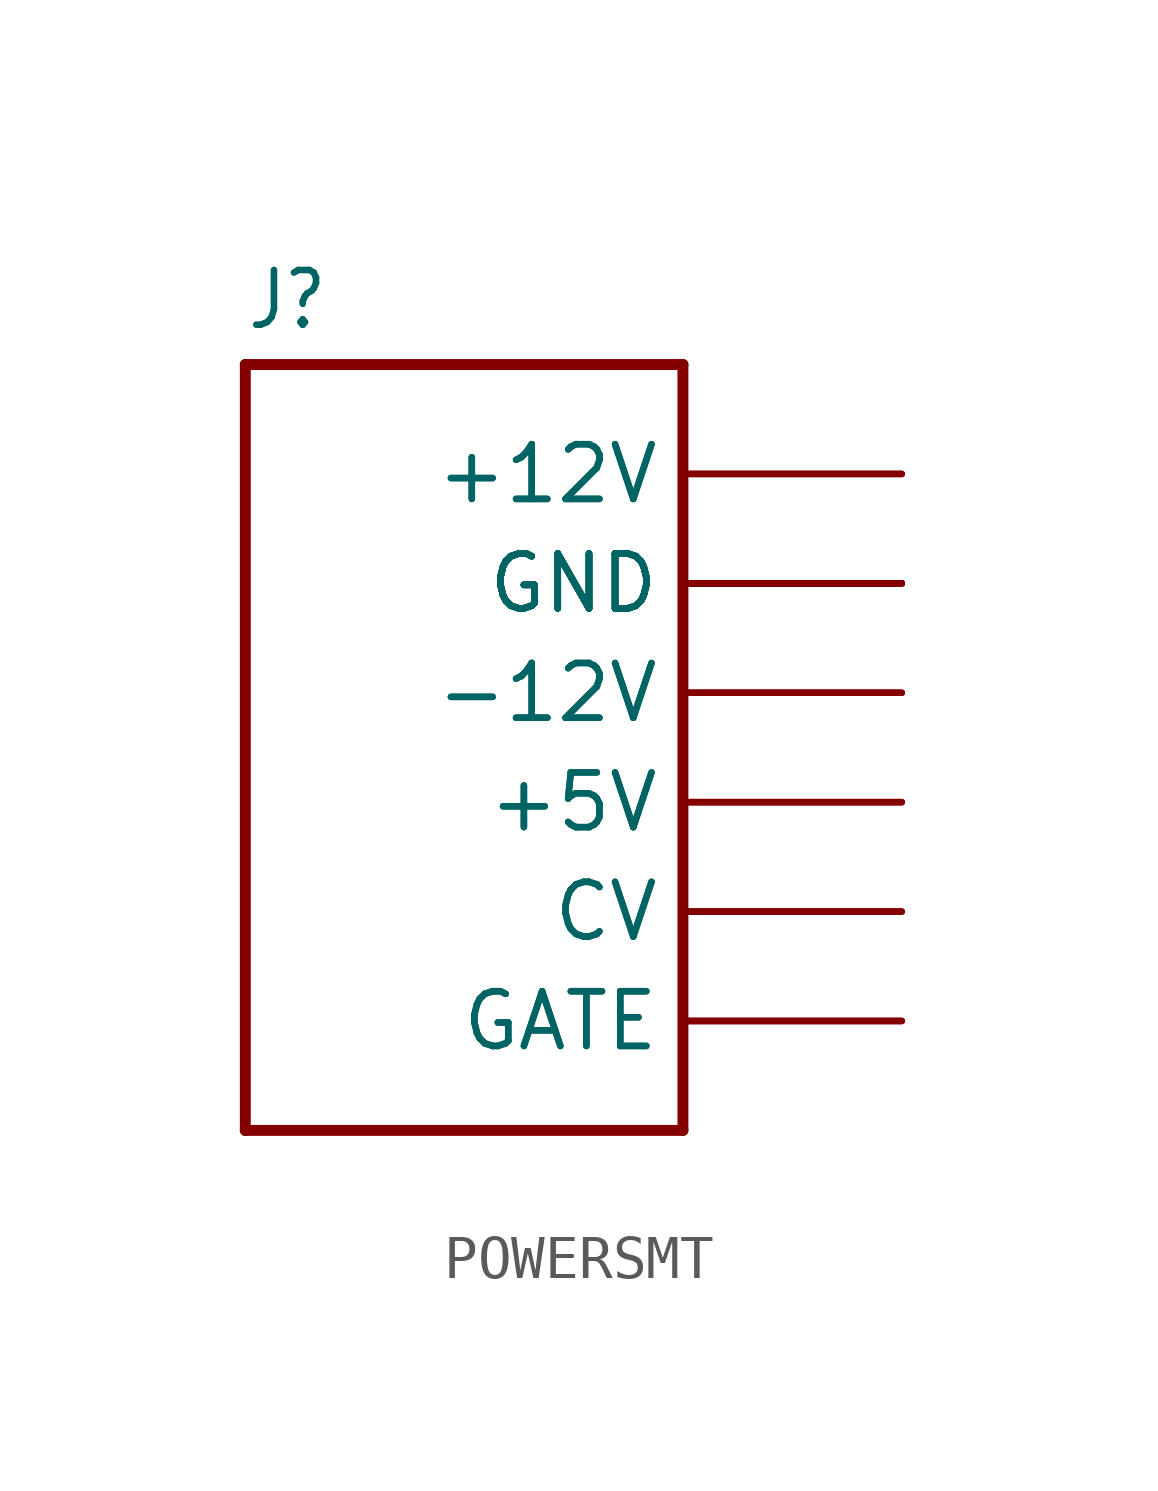
<source format=kicad_sym>
(kicad_symbol_lib
  (version 20211014)
  (generator kicad_symbol_editor)
  (symbol "POWERSMT"
    (property "Reference" "J"
      (at -5.08 8.382 0)
      (effects (font (size 1.27 1.079)) (justify left bottom)))
    (property "ki_locked" ""
      (at 0 0 0)
      (effects (font (size 1.27 1.27))))
    (symbol "POWERSMT_1_0"
      (polyline (pts (xy -5.08 -10.16) (xy 5.08 -10.16)) (stroke (width 0.254) (type default) (color 0 0 0 0)) (fill (type none)))
      (polyline (pts (xy -5.08 7.62) (xy -5.08 -10.16)) (stroke (width 0.254) (type default) (color 0 0 0 0)) (fill (type none)))
      (polyline (pts (xy 5.08 -10.16) (xy 5.08 7.62)) (stroke (width 0.254) (type default) (color 0 0 0 0)) (fill (type none)))
      (polyline (pts (xy 5.08 7.62) (xy -5.08 7.62)) (stroke (width 0.254) (type default) (color 0 0 0 0)) (fill (type none)))
      (pin bidirectional line (at 10.16 0 180) (length 5.08) (name "-12V" (effects (font (size 1.27 1.27)))) (number "1" (effects (font (size 0 0)))))
      (pin bidirectional line (at 10.16 5.08 180) (length 5.08) (name "+12V" (effects (font (size 1.27 1.27)))) (number "10" (effects (font (size 0 0)))))
      (pin bidirectional line (at 10.16 -2.54 180) (length 5.08) (name "+5V" (effects (font (size 1.27 1.27)))) (number "11" (effects (font (size 0 0)))))
      (pin bidirectional line (at 10.16 -2.54 180) (length 5.08) (name "+5V" (effects (font (size 1.27 1.27)))) (number "12" (effects (font (size 0 0)))))
      (pin bidirectional line (at 10.16 -5.08 180) (length 5.08) (name "CV" (effects (font (size 1.27 1.27)))) (number "13" (effects (font (size 0 0)))))
      (pin bidirectional line (at 10.16 -5.08 180) (length 5.08) (name "CV" (effects (font (size 1.27 1.27)))) (number "14" (effects (font (size 0 0)))))
      (pin bidirectional line (at 10.16 -7.62 180) (length 5.08) (name "GATE" (effects (font (size 1.27 1.27)))) (number "15" (effects (font (size 0 0)))))
      (pin bidirectional line (at 10.16 -7.62 180) (length 5.08) (name "GATE" (effects (font (size 1.27 1.27)))) (number "16" (effects (font (size 0 0)))))
      (pin bidirectional line (at 10.16 0 180) (length 5.08) (name "-12V" (effects (font (size 1.27 1.27)))) (number "2" (effects (font (size 0 0)))))
      (pin bidirectional line (at 10.16 2.54 180) (length 5.08) (name "GND" (effects (font (size 1.27 1.27)))) (number "3" (effects (font (size 0 0)))))
      (pin bidirectional line (at 10.16 2.54 180) (length 5.08) (name "GND" (effects (font (size 1.27 1.27)))) (number "4" (effects (font (size 0 0)))))
      (pin bidirectional line (at 10.16 2.54 180) (length 5.08) (name "GND" (effects (font (size 1.27 1.27)))) (number "5" (effects (font (size 0 0)))))
      (pin bidirectional line (at 10.16 2.54 180) (length 5.08) (name "GND" (effects (font (size 1.27 1.27)))) (number "6" (effects (font (size 0 0)))))
      (pin bidirectional line (at 10.16 2.54 180) (length 5.08) (name "GND" (effects (font (size 1.27 1.27)))) (number "7" (effects (font (size 0 0)))))
      (pin bidirectional line (at 10.16 2.54 180) (length 5.08) (name "GND" (effects (font (size 1.27 1.27)))) (number "8" (effects (font (size 0 0)))))
      (pin bidirectional line (at 10.16 5.08 180) (length 5.08) (name "+12V" (effects (font (size 1.27 1.27)))) (number "9" (effects (font (size 0 0))))))))
</source>
